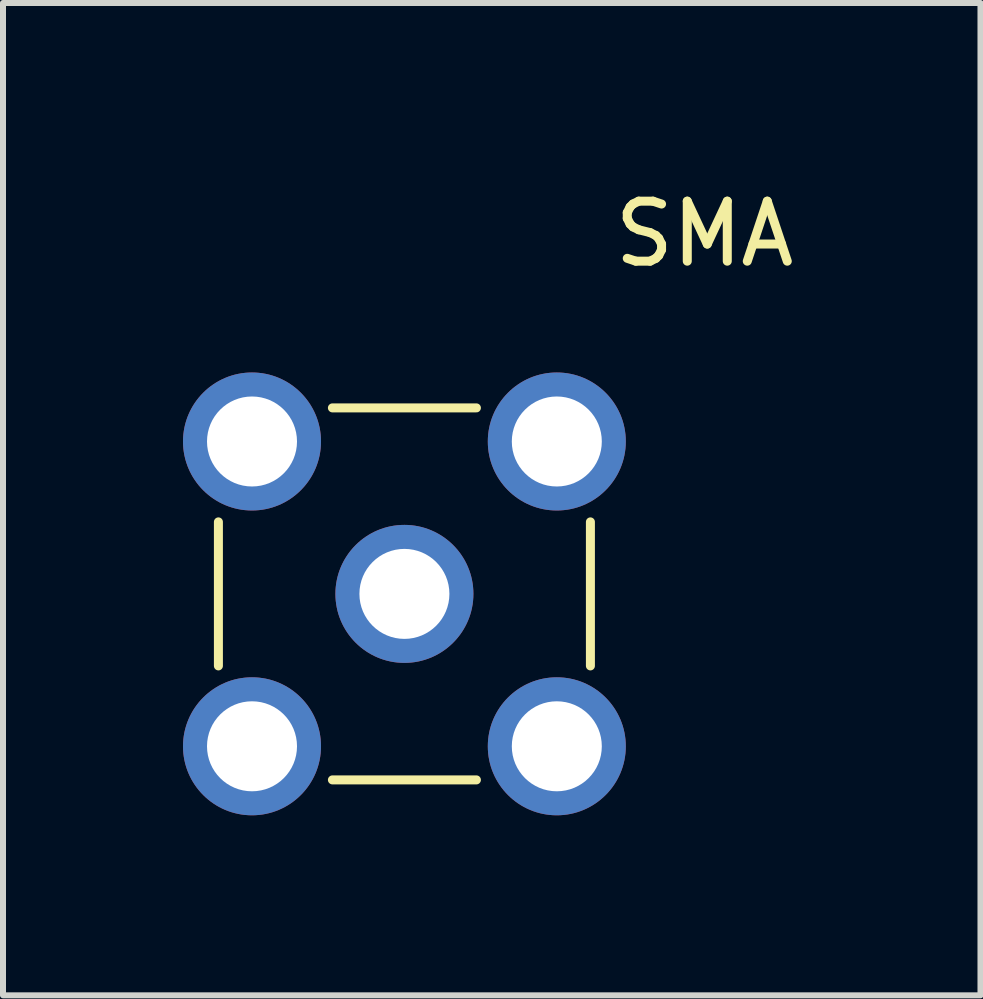
<source format=kicad_pcb>
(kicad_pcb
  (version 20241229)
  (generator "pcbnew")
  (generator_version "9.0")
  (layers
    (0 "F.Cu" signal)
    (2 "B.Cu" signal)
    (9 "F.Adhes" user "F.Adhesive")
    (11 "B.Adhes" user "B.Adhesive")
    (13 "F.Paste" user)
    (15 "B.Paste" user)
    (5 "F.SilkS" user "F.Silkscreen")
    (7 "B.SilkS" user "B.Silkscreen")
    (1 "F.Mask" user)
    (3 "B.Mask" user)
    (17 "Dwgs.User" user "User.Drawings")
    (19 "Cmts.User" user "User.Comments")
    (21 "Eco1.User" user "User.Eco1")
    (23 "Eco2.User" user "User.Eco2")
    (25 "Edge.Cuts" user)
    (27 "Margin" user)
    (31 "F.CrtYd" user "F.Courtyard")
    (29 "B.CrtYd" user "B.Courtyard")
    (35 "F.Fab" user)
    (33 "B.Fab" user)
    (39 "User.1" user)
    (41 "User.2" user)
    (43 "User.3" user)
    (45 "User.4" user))
  (footprint "SMA"
    (layer "F.Cu")
    (at 3.69 6.848)
    (property "Reference" "SMA" (at 5 -6 0) (layer "F.SilkS") (effects (font (size 1 1) (thickness 0.15))))
    (attr through_hole)
    (fp_line (start -3.1 1.2) (end -3.1 -1.2) (stroke (width 0.15) (type solid)) (layer "F.SilkS"))
    (fp_line (start -1.2 -3.1) (end 1.2 -3.1) (stroke (width 0.15) (type solid)) (layer "F.SilkS"))
    (fp_line (start 1.2 3.1) (end -1.2 3.1) (stroke (width 0.15) (type solid)) (layer "F.SilkS"))
    (fp_line (start 3.1 -1.2) (end 3.1 1.2) (stroke (width 0.15) (type solid)) (layer "F.SilkS"))
    (pad "1" thru_hole circle (at 0 0) (size 2.3 2.3) (drill 1.5) (layers "*.Cu" "*.Mask"))
    (pad "2" thru_hole circle (at -2.54 -2.54) (size 2.3 2.3) (drill 1.5) (layers "*.Cu" "*.Mask"))
    (pad "2" thru_hole circle (at -2.54 2.54) (size 2.3 2.3) (drill 1.5) (layers "*.Cu" "*.Mask"))
    (pad "2" thru_hole circle (at 2.54 -2.54) (size 2.3 2.3) (drill 1.5) (layers "*.Cu" "*.Mask"))
    (pad "2" thru_hole circle (at 2.54 2.54) (size 2.3 2.3) (drill 1.5) (layers "*.Cu" "*.Mask")))
  (gr_rect
    (start -3 -3)
    (end 13.291 13.538)
    (stroke (width 0.1) (type default))
    (fill no)
    (layer "Edge.Cuts")))
</source>
